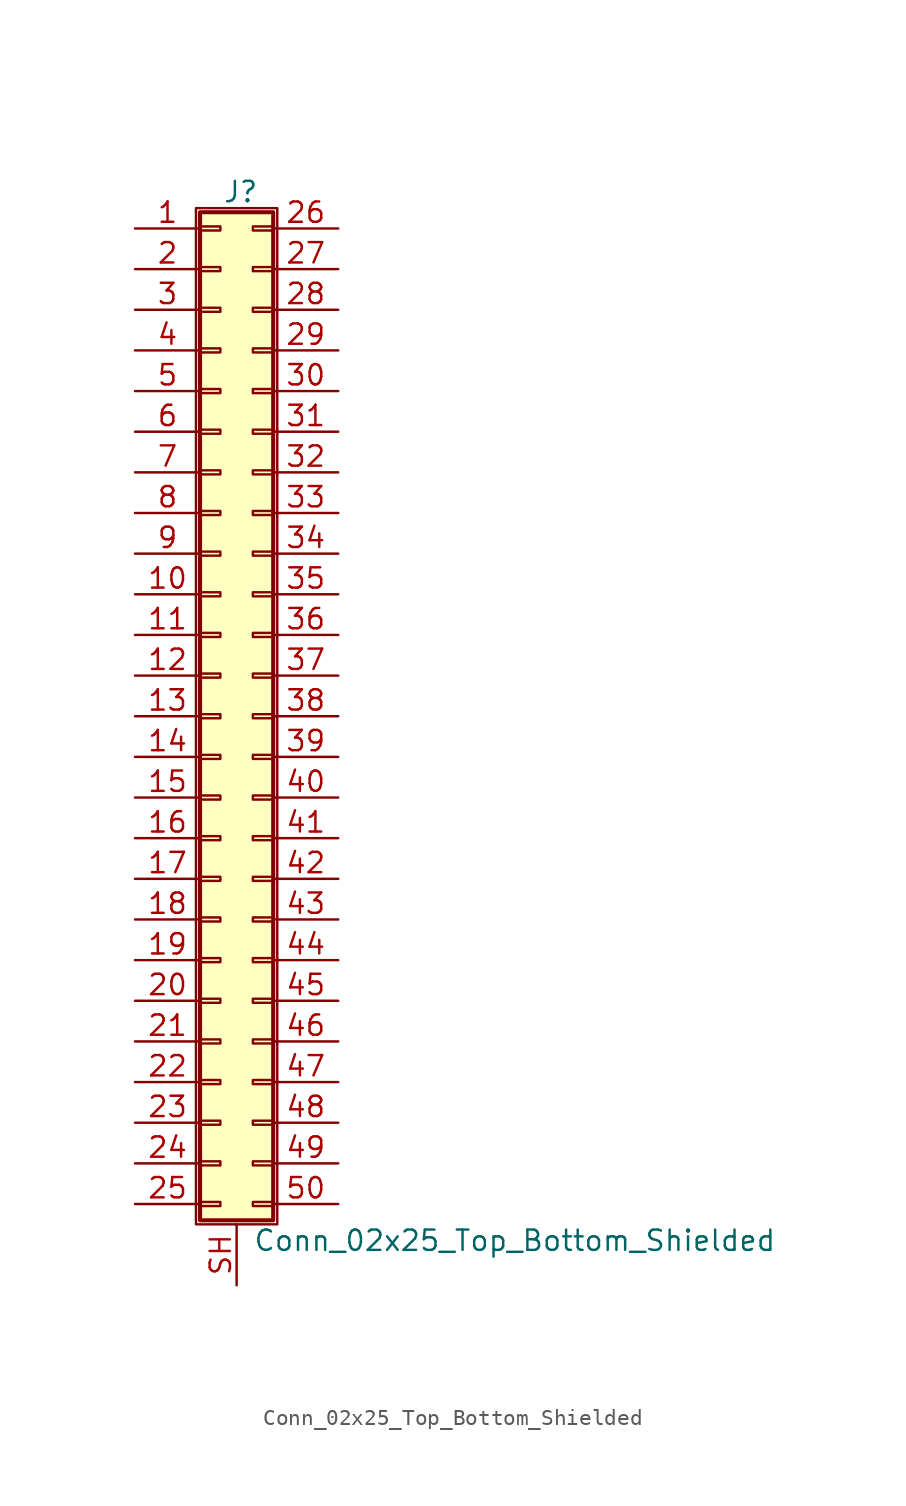
<source format=kicad_sym>
(kicad_symbol_lib
  (version 20201005)
  (generator kicad_symbol_editor)
  (symbol "Connector_Generic_Shielded:Conn_02x25_Top_Bottom_Shielded"
    (pin_names
      (offset 1.016) hide)
    (property "Reference" "J"
      (at 1.524 32.766 0)
      (effects (font (size 1.27 1.27))))
    (property "Value" "Conn_02x25_Top_Bottom_Shielded"
      (at 2.286 -32.766 0)
      (effects (font (size 1.27 1.27)) (justify left)))
    (symbol "Conn_02x25_Top_Bottom_Shielded_1_1"
      (rectangle (start -1.016 -27.813) (end 0.254 -28.067) (stroke (width 0.152)) (fill (type none)))
      (rectangle (start -1.016 -30.353) (end 0.254 -30.607) (stroke (width 0.152)) (fill (type none)))
      (rectangle (start -1.016 -4.953) (end 0.254 -5.207) (stroke (width 0.152)) (fill (type none)))
      (rectangle (start -1.016 -7.493) (end 0.254 -7.747) (stroke (width 0.152)) (fill (type none)))
      (rectangle (start -1.016 -10.033) (end 0.254 -10.287) (stroke (width 0.152)) (fill (type none)))
      (rectangle (start -1.016 -12.573) (end 0.254 -12.827) (stroke (width 0.152)) (fill (type none)))
      (rectangle (start -1.016 -15.113) (end 0.254 -15.367) (stroke (width 0.152)) (fill (type none)))
      (rectangle (start -1.016 -17.653) (end 0.254 -17.907) (stroke (width 0.152)) (fill (type none)))
      (rectangle (start -1.016 -20.193) (end 0.254 -20.447) (stroke (width 0.152)) (fill (type none)))
      (rectangle (start -1.016 -22.733) (end 0.254 -22.987) (stroke (width 0.152)) (fill (type none)))
      (rectangle (start -1.016 -2.413) (end 0.254 -2.667) (stroke (width 0.152)) (fill (type none)))
      (rectangle (start -1.016 -25.273) (end 0.254 -25.527) (stroke (width 0.152)) (fill (type none)))
      (rectangle (start -1.016 25.527) (end 0.254 25.273) (stroke (width 0.152)) (fill (type none)))
      (rectangle (start -1.016 2.667) (end 0.254 2.413) (stroke (width 0.152)) (fill (type none)))
      (rectangle (start -1.016 28.067) (end 0.254 27.813) (stroke (width 0.152)) (fill (type none)))
      (rectangle (start -1.016 30.607) (end 0.254 30.353) (stroke (width 0.152)) (fill (type none)))
      (rectangle (start -1.016 31.496) (end 3.556 -31.496) (stroke (width 0.254)) (fill (type background)))
      (rectangle (start -1.016 5.207) (end 0.254 4.953) (stroke (width 0.152)) (fill (type none)))
      (rectangle (start -1.016 7.747) (end 0.254 7.493) (stroke (width 0.152)) (fill (type none)))
      (rectangle (start -1.016 10.287) (end 0.254 10.033) (stroke (width 0.152)) (fill (type none)))
      (rectangle (start -1.016 0.127) (end 0.254 -0.127) (stroke (width 0.152)) (fill (type none)))
      (rectangle (start -1.016 12.827) (end 0.254 12.573) (stroke (width 0.152)) (fill (type none)))
      (rectangle (start -1.016 15.367) (end 0.254 15.113) (stroke (width 0.152)) (fill (type none)))
      (rectangle (start -1.016 17.907) (end 0.254 17.653) (stroke (width 0.152)) (fill (type none)))
      (rectangle (start -1.016 20.447) (end 0.254 20.193) (stroke (width 0.152)) (fill (type none)))
      (rectangle (start -1.016 22.987) (end 0.254 22.733) (stroke (width 0.152)) (fill (type none)))
      (rectangle (start -1.27 31.75) (end 3.81 -31.75) (stroke (width 0.152)) (fill (type none)))
      (rectangle (start 3.556 -27.813) (end 2.286 -28.067) (stroke (width 0.152)) (fill (type none)))
      (rectangle (start 3.556 -30.353) (end 2.286 -30.607) (stroke (width 0.152)) (fill (type none)))
      (rectangle (start 3.556 -4.953) (end 2.286 -5.207) (stroke (width 0.152)) (fill (type none)))
      (rectangle (start 3.556 -7.493) (end 2.286 -7.747) (stroke (width 0.152)) (fill (type none)))
      (rectangle (start 3.556 -10.033) (end 2.286 -10.287) (stroke (width 0.152)) (fill (type none)))
      (rectangle (start 3.556 -12.573) (end 2.286 -12.827) (stroke (width 0.152)) (fill (type none)))
      (rectangle (start 3.556 -15.113) (end 2.286 -15.367) (stroke (width 0.152)) (fill (type none)))
      (rectangle (start 3.556 -17.653) (end 2.286 -17.907) (stroke (width 0.152)) (fill (type none)))
      (rectangle (start 3.556 -20.193) (end 2.286 -20.447) (stroke (width 0.152)) (fill (type none)))
      (rectangle (start 3.556 -22.733) (end 2.286 -22.987) (stroke (width 0.152)) (fill (type none)))
      (rectangle (start 3.556 -2.413) (end 2.286 -2.667) (stroke (width 0.152)) (fill (type none)))
      (rectangle (start 3.556 -25.273) (end 2.286 -25.527) (stroke (width 0.152)) (fill (type none)))
      (rectangle (start 3.556 25.527) (end 2.286 25.273) (stroke (width 0.152)) (fill (type none)))
      (rectangle (start 3.556 2.667) (end 2.286 2.413) (stroke (width 0.152)) (fill (type none)))
      (rectangle (start 3.556 28.067) (end 2.286 27.813) (stroke (width 0.152)) (fill (type none)))
      (rectangle (start 3.556 30.607) (end 2.286 30.353) (stroke (width 0.152)) (fill (type none)))
      (rectangle (start 3.556 5.207) (end 2.286 4.953) (stroke (width 0.152)) (fill (type none)))
      (rectangle (start 3.556 7.747) (end 2.286 7.493) (stroke (width 0.152)) (fill (type none)))
      (rectangle (start 3.556 10.287) (end 2.286 10.033) (stroke (width 0.152)) (fill (type none)))
      (rectangle (start 3.556 0.127) (end 2.286 -0.127) (stroke (width 0.152)) (fill (type none)))
      (rectangle (start 3.556 12.827) (end 2.286 12.573) (stroke (width 0.152)) (fill (type none)))
      (rectangle (start 3.556 15.367) (end 2.286 15.113) (stroke (width 0.152)) (fill (type none)))
      (rectangle (start 3.556 17.907) (end 2.286 17.653) (stroke (width 0.152)) (fill (type none)))
      (rectangle (start 3.556 20.447) (end 2.286 20.193) (stroke (width 0.152)) (fill (type none)))
      (rectangle (start 3.556 22.987) (end 2.286 22.733) (stroke (width 0.152)) (fill (type none)))
      (pin passive line (at -5.08 30.48 0) (length 4.064) (name "Pin_1" (effects (font (size 1.27 1.27)))) (number "1" (effects (font (size 1.27 1.27)))))
      (pin passive line (at -5.08 7.62 0) (length 4.064) (name "Pin_10" (effects (font (size 1.27 1.27)))) (number "10" (effects (font (size 1.27 1.27)))))
      (pin passive line (at -5.08 5.08 0) (length 4.064) (name "Pin_11" (effects (font (size 1.27 1.27)))) (number "11" (effects (font (size 1.27 1.27)))))
      (pin passive line (at -5.08 2.54 0) (length 4.064) (name "Pin_12" (effects (font (size 1.27 1.27)))) (number "12" (effects (font (size 1.27 1.27)))))
      (pin passive line (at -5.08 0 0) (length 4.064) (name "Pin_13" (effects (font (size 1.27 1.27)))) (number "13" (effects (font (size 1.27 1.27)))))
      (pin passive line (at -5.08 -2.54 0) (length 4.064) (name "Pin_14" (effects (font (size 1.27 1.27)))) (number "14" (effects (font (size 1.27 1.27)))))
      (pin passive line (at -5.08 -5.08 0) (length 4.064) (name "Pin_15" (effects (font (size 1.27 1.27)))) (number "15" (effects (font (size 1.27 1.27)))))
      (pin passive line (at -5.08 -7.62 0) (length 4.064) (name "Pin_16" (effects (font (size 1.27 1.27)))) (number "16" (effects (font (size 1.27 1.27)))))
      (pin passive line (at -5.08 -10.16 0) (length 4.064) (name "Pin_17" (effects (font (size 1.27 1.27)))) (number "17" (effects (font (size 1.27 1.27)))))
      (pin passive line (at -5.08 -12.7 0) (length 4.064) (name "Pin_18" (effects (font (size 1.27 1.27)))) (number "18" (effects (font (size 1.27 1.27)))))
      (pin passive line (at -5.08 -15.24 0) (length 4.064) (name "Pin_19" (effects (font (size 1.27 1.27)))) (number "19" (effects (font (size 1.27 1.27)))))
      (pin passive line (at -5.08 27.94 0) (length 4.064) (name "Pin_2" (effects (font (size 1.27 1.27)))) (number "2" (effects (font (size 1.27 1.27)))))
      (pin passive line (at -5.08 -17.78 0) (length 4.064) (name "Pin_20" (effects (font (size 1.27 1.27)))) (number "20" (effects (font (size 1.27 1.27)))))
      (pin passive line (at -5.08 -20.32 0) (length 4.064) (name "Pin_21" (effects (font (size 1.27 1.27)))) (number "21" (effects (font (size 1.27 1.27)))))
      (pin passive line (at -5.08 -22.86 0) (length 4.064) (name "Pin_22" (effects (font (size 1.27 1.27)))) (number "22" (effects (font (size 1.27 1.27)))))
      (pin passive line (at -5.08 -25.4 0) (length 4.064) (name "Pin_23" (effects (font (size 1.27 1.27)))) (number "23" (effects (font (size 1.27 1.27)))))
      (pin passive line (at -5.08 -27.94 0) (length 4.064) (name "Pin_24" (effects (font (size 1.27 1.27)))) (number "24" (effects (font (size 1.27 1.27)))))
      (pin passive line (at -5.08 -30.48 0) (length 4.064) (name "Pin_25" (effects (font (size 1.27 1.27)))) (number "25" (effects (font (size 1.27 1.27)))))
      (pin passive line (at 7.62 30.48 180) (length 4.064) (name "Pin_26" (effects (font (size 1.27 1.27)))) (number "26" (effects (font (size 1.27 1.27)))))
      (pin passive line (at 7.62 27.94 180) (length 4.064) (name "Pin_27" (effects (font (size 1.27 1.27)))) (number "27" (effects (font (size 1.27 1.27)))))
      (pin passive line (at 7.62 25.4 180) (length 4.064) (name "Pin_28" (effects (font (size 1.27 1.27)))) (number "28" (effects (font (size 1.27 1.27)))))
      (pin passive line (at 7.62 22.86 180) (length 4.064) (name "Pin_29" (effects (font (size 1.27 1.27)))) (number "29" (effects (font (size 1.27 1.27)))))
      (pin passive line (at -5.08 25.4 0) (length 4.064) (name "Pin_3" (effects (font (size 1.27 1.27)))) (number "3" (effects (font (size 1.27 1.27)))))
      (pin passive line (at 7.62 20.32 180) (length 4.064) (name "Pin_30" (effects (font (size 1.27 1.27)))) (number "30" (effects (font (size 1.27 1.27)))))
      (pin passive line (at 7.62 17.78 180) (length 4.064) (name "Pin_31" (effects (font (size 1.27 1.27)))) (number "31" (effects (font (size 1.27 1.27)))))
      (pin passive line (at 7.62 15.24 180) (length 4.064) (name "Pin_32" (effects (font (size 1.27 1.27)))) (number "32" (effects (font (size 1.27 1.27)))))
      (pin passive line (at 7.62 12.7 180) (length 4.064) (name "Pin_33" (effects (font (size 1.27 1.27)))) (number "33" (effects (font (size 1.27 1.27)))))
      (pin passive line (at 7.62 10.16 180) (length 4.064) (name "Pin_34" (effects (font (size 1.27 1.27)))) (number "34" (effects (font (size 1.27 1.27)))))
      (pin passive line (at 7.62 7.62 180) (length 4.064) (name "Pin_35" (effects (font (size 1.27 1.27)))) (number "35" (effects (font (size 1.27 1.27)))))
      (pin passive line (at 7.62 5.08 180) (length 4.064) (name "Pin_36" (effects (font (size 1.27 1.27)))) (number "36" (effects (font (size 1.27 1.27)))))
      (pin passive line (at 7.62 2.54 180) (length 4.064) (name "Pin_37" (effects (font (size 1.27 1.27)))) (number "37" (effects (font (size 1.27 1.27)))))
      (pin passive line (at 7.62 0 180) (length 4.064) (name "Pin_38" (effects (font (size 1.27 1.27)))) (number "38" (effects (font (size 1.27 1.27)))))
      (pin passive line (at 7.62 -2.54 180) (length 4.064) (name "Pin_39" (effects (font (size 1.27 1.27)))) (number "39" (effects (font (size 1.27 1.27)))))
      (pin passive line (at -5.08 22.86 0) (length 4.064) (name "Pin_4" (effects (font (size 1.27 1.27)))) (number "4" (effects (font (size 1.27 1.27)))))
      (pin passive line (at 7.62 -5.08 180) (length 4.064) (name "Pin_40" (effects (font (size 1.27 1.27)))) (number "40" (effects (font (size 1.27 1.27)))))
      (pin passive line (at 7.62 -7.62 180) (length 4.064) (name "Pin_41" (effects (font (size 1.27 1.27)))) (number "41" (effects (font (size 1.27 1.27)))))
      (pin passive line (at 7.62 -10.16 180) (length 4.064) (name "Pin_42" (effects (font (size 1.27 1.27)))) (number "42" (effects (font (size 1.27 1.27)))))
      (pin passive line (at 7.62 -12.7 180) (length 4.064) (name "Pin_43" (effects (font (size 1.27 1.27)))) (number "43" (effects (font (size 1.27 1.27)))))
      (pin passive line (at 7.62 -15.24 180) (length 4.064) (name "Pin_44" (effects (font (size 1.27 1.27)))) (number "44" (effects (font (size 1.27 1.27)))))
      (pin passive line (at 7.62 -17.78 180) (length 4.064) (name "Pin_45" (effects (font (size 1.27 1.27)))) (number "45" (effects (font (size 1.27 1.27)))))
      (pin passive line (at 7.62 -20.32 180) (length 4.064) (name "Pin_46" (effects (font (size 1.27 1.27)))) (number "46" (effects (font (size 1.27 1.27)))))
      (pin passive line (at 7.62 -22.86 180) (length 4.064) (name "Pin_47" (effects (font (size 1.27 1.27)))) (number "47" (effects (font (size 1.27 1.27)))))
      (pin passive line (at 7.62 -25.4 180) (length 4.064) (name "Pin_48" (effects (font (size 1.27 1.27)))) (number "48" (effects (font (size 1.27 1.27)))))
      (pin passive line (at 7.62 -27.94 180) (length 4.064) (name "Pin_49" (effects (font (size 1.27 1.27)))) (number "49" (effects (font (size 1.27 1.27)))))
      (pin passive line (at -5.08 20.32 0) (length 4.064) (name "Pin_5" (effects (font (size 1.27 1.27)))) (number "5" (effects (font (size 1.27 1.27)))))
      (pin passive line (at 7.62 -30.48 180) (length 4.064) (name "Pin_50" (effects (font (size 1.27 1.27)))) (number "50" (effects (font (size 1.27 1.27)))))
      (pin passive line (at -5.08 17.78 0) (length 4.064) (name "Pin_6" (effects (font (size 1.27 1.27)))) (number "6" (effects (font (size 1.27 1.27)))))
      (pin passive line (at -5.08 15.24 0) (length 4.064) (name "Pin_7" (effects (font (size 1.27 1.27)))) (number "7" (effects (font (size 1.27 1.27)))))
      (pin passive line (at -5.08 12.7 0) (length 4.064) (name "Pin_8" (effects (font (size 1.27 1.27)))) (number "8" (effects (font (size 1.27 1.27)))))
      (pin passive line (at -5.08 10.16 0) (length 4.064) (name "Pin_9" (effects (font (size 1.27 1.27)))) (number "9" (effects (font (size 1.27 1.27)))))
      (pin passive line (at 1.27 -35.56 90) (length 3.81) (name "Shield" (effects (font (size 1.27 1.27)))) (number "SH" (effects (font (size 1.27 1.27))))))))
</source>
